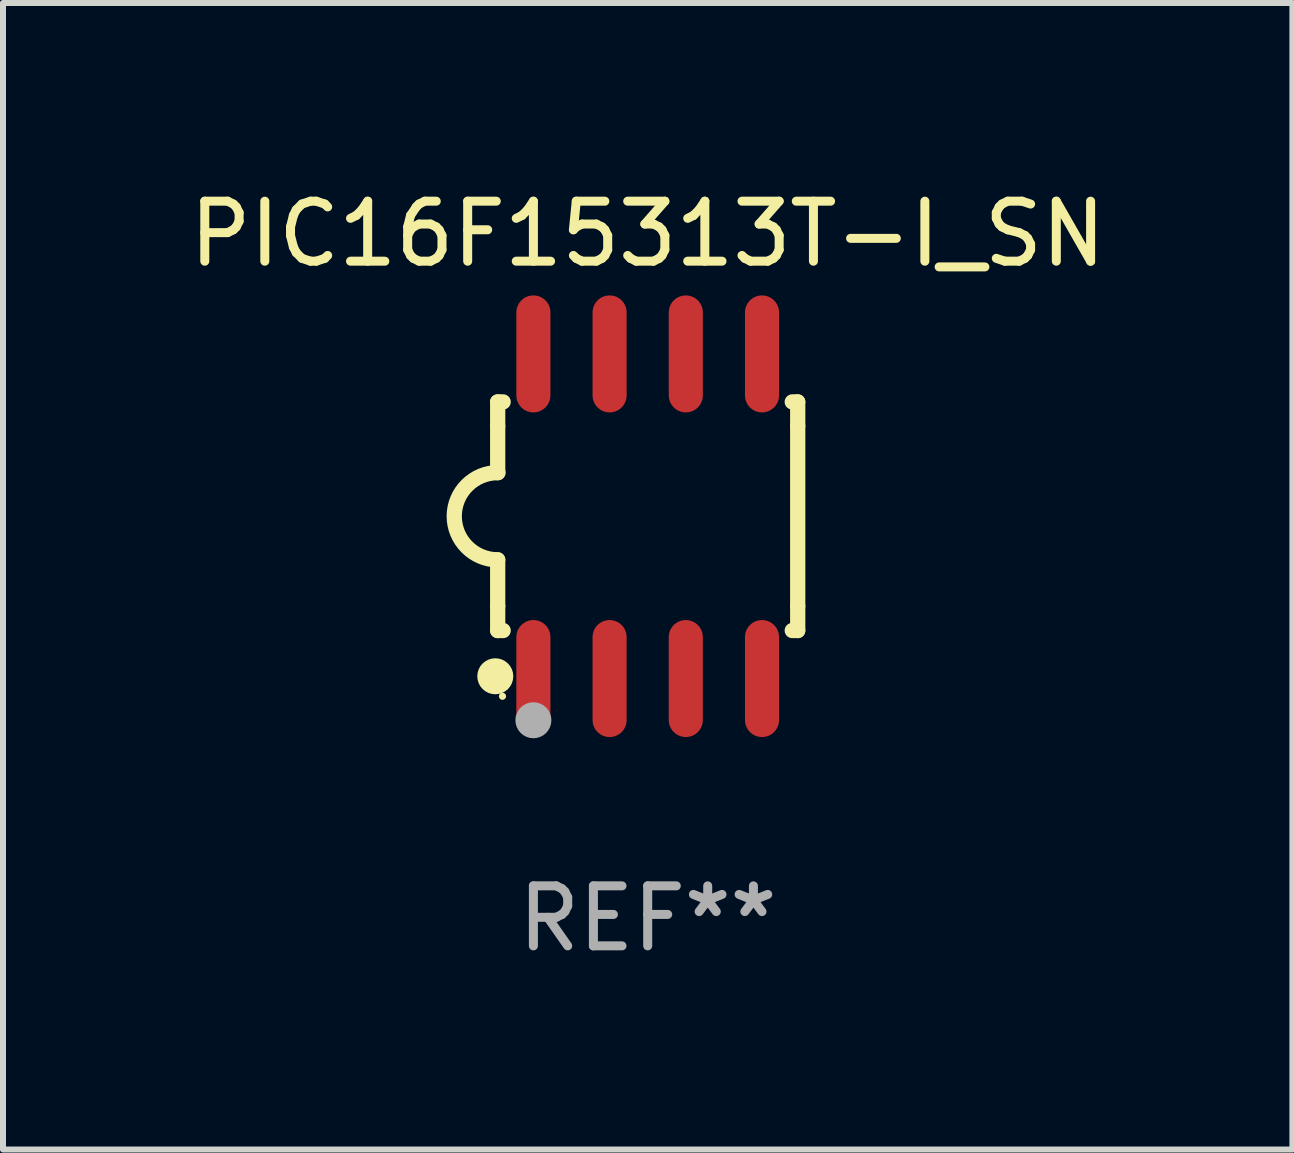
<source format=kicad_pcb>
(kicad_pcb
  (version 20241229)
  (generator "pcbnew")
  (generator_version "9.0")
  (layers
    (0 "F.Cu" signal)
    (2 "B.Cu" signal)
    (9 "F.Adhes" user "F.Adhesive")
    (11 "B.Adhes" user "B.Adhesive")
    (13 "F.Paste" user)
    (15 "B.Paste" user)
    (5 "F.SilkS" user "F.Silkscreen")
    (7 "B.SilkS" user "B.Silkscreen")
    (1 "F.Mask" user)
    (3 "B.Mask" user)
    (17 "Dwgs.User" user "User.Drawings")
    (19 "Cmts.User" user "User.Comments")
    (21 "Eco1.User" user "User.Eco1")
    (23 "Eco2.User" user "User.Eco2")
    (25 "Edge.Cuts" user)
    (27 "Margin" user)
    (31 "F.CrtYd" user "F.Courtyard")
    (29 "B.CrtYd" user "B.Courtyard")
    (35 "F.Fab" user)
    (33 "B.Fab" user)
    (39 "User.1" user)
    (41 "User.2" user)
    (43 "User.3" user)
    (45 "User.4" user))
  (footprint "PIC16F15313T-I_SN"
    (layer "F.Cu")
    (at 7.744 5.553)
    (property "Reference" "PIC16F15313T-I_SN" (at 0 -4.705 0) (layer "F.SilkS") (effects (font (size 1 1) (thickness 0.15))))
    (attr through_hole)
    (fp_line (start -2.5 -1.905) (end -2.409 -1.905) (stroke (width 0.254) (type solid)) (layer "F.SilkS"))
    (fp_line (start -2.5 -1.5) (end -2.5 -1.905) (stroke (width 0.254) (type solid)) (layer "F.SilkS"))
    (fp_line (start -2.5 -1.5) (end -2.5 -0.726) (stroke (width 0.254) (type solid)) (layer "F.SilkS"))
    (fp_line (start -2.5 1.5) (end -2.5 0.727) (stroke (width 0.254) (type solid)) (layer "F.SilkS"))
    (fp_line (start -2.5 1.5) (end -2.5 1.905) (stroke (width 0.254) (type solid)) (layer "F.SilkS"))
    (fp_line (start -2.5 1.905) (end -2.409 1.905) (stroke (width 0.254) (type solid)) (layer "F.SilkS"))
    (fp_line (start 2.5 -1.905) (end 2.409 -1.905) (stroke (width 0.254) (type solid)) (layer "F.SilkS"))
    (fp_line (start 2.5 -1.5) (end 2.5 -1.905) (stroke (width 0.254) (type solid)) (layer "F.SilkS"))
    (fp_line (start 2.5 -1.5) (end 2.5 1.5) (stroke (width 0.254) (type solid)) (layer "F.SilkS"))
    (fp_line (start 2.5 1.5) (end 2.5 1.905) (stroke (width 0.254) (type solid)) (layer "F.SilkS"))
    (fp_line (start 2.5 1.905) (end 2.409 1.905) (stroke (width 0.254) (type solid)) (layer "F.SilkS"))
    (fp_arc (start -2.5 0.726568) (mid -3.220316 -0.0023) (end -2.495097 -0.726289) (stroke (width 0.254001) (type solid)) (layer "F.SilkS"))
    (fp_circle (center -2.54 2.667) (end -2.39 2.667) (stroke (width 0.3) (type solid)) (fill no) (layer "F.SilkS"))
    (fp_circle (center -2.42 3) (end -2.39 3) (stroke (width 0.06) (type solid)) (fill no) (layer "F.SilkS"))
    (fp_circle (center -1.905 3.4) (end -1.755 3.4) (stroke (width 0.3) (type solid)) (fill no) (layer "F.Fab"))
    (fp_text user "REF**" (at 0 6.705 0) (layer "F.Fab") (effects (font (size 1 1) (thickness 0.15))))
    (pad "1" smd oval (at -1.905 2.705) (size 0.568 1.95) (layers "F.Cu" "F.Mask" "F.Paste"))
    (pad "2" smd oval (at -0.635 2.705) (size 0.568 1.95) (layers "F.Cu" "F.Mask" "F.Paste"))
    (pad "3" smd oval (at 0.635 2.705) (size 0.568 1.95) (layers "F.Cu" "F.Mask" "F.Paste"))
    (pad "4" smd oval (at 1.905 2.705) (size 0.568 1.95) (layers "F.Cu" "F.Mask" "F.Paste"))
    (pad "5" smd oval (at 1.905 -2.705) (size 0.568 1.95) (layers "F.Cu" "F.Mask" "F.Paste"))
    (pad "6" smd oval (at 0.635 -2.705) (size 0.568 1.95) (layers "F.Cu" "F.Mask" "F.Paste"))
    (pad "7" smd oval (at -0.635 -2.705) (size 0.568 1.95) (layers "F.Cu" "F.Mask" "F.Paste"))
    (pad "8" smd oval (at -1.905 -2.705) (size 0.568 1.95) (layers "F.Cu" "F.Mask" "F.Paste")))
  (gr_rect
    (start -3 -3)
    (end 18.488 16.107)
    (stroke (width 0.1) (type default))
    (fill no)
    (layer "Edge.Cuts")))
</source>
